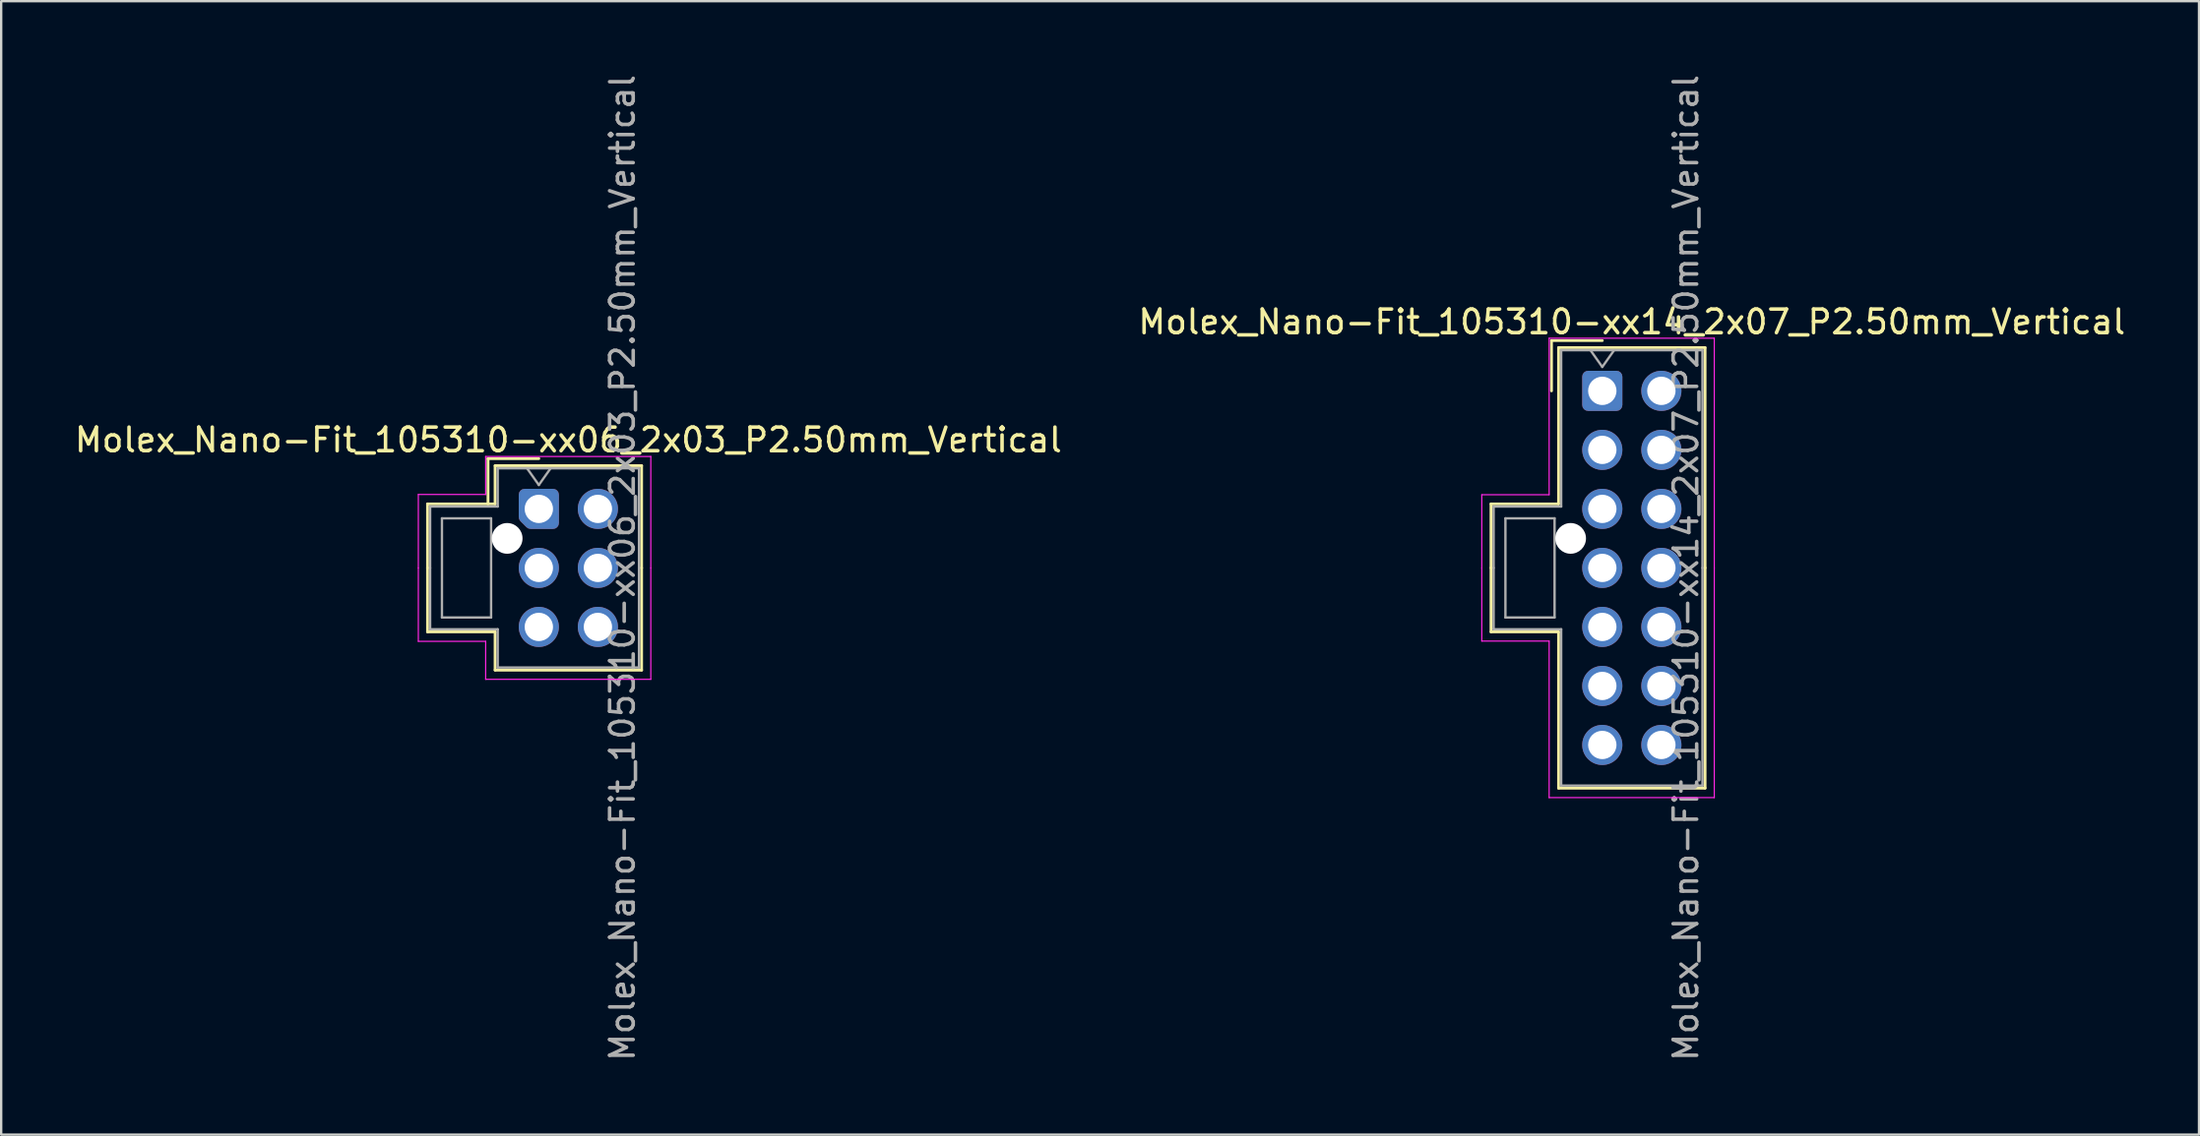
<source format=kicad_pcb>
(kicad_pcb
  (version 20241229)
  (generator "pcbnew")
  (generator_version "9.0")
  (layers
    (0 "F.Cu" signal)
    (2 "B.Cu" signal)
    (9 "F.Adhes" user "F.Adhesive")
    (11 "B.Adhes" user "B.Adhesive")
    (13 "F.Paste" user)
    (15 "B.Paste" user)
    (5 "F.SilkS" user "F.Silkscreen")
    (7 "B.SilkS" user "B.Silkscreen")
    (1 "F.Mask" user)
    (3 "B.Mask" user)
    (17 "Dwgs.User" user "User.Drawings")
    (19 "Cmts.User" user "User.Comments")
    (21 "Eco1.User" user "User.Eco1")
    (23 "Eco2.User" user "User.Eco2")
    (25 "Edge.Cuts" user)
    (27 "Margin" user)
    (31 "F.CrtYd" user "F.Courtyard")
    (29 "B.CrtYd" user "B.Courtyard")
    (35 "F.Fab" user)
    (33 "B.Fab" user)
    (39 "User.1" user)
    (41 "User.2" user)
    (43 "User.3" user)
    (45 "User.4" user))
  (footprint "Molex_Nano-Fit_105310-xx06_2x03_P2.50mm_Vertical"
    (layer "F.Cu")
    (at 19.756 18.506)
    (property "Reference" "Molex_Nano-Fit_105310-xx06_2x03_P2.50mm_Vertical" (at 1.25 -2.92 0) (layer "F.SilkS") (effects (font (size 1 1) (thickness 0.15))))
    (attr through_hole)
    (fp_line (start -4.71 -0.21) (end -4.71 2.5) (stroke (width 0.12) (type solid)) (layer "F.SilkS"))
    (fp_line (start -4.71 5.21) (end -4.71 2.5) (stroke (width 0.12) (type solid)) (layer "F.SilkS"))
    (fp_line (start -2.15 -2.13) (end -2.15 -0.21) (stroke (width 0.12) (type solid)) (layer "F.SilkS"))
    (fp_line (start -1.85 -1.83) (end -1.85 -0.21) (stroke (width 0.12) (type solid)) (layer "F.SilkS"))
    (fp_line (start -1.85 -0.21) (end -4.71 -0.21) (stroke (width 0.12) (type solid)) (layer "F.SilkS"))
    (fp_line (start -1.85 5.21) (end -4.71 5.21) (stroke (width 0.12) (type solid)) (layer "F.SilkS"))
    (fp_line (start -1.85 6.83) (end -1.85 5.21) (stroke (width 0.12) (type solid)) (layer "F.SilkS"))
    (fp_line (start 0 -2.13) (end -2.15 -2.13) (stroke (width 0.12) (type solid)) (layer "F.SilkS"))
    (fp_line (start 4.35 -1.83) (end -1.85 -1.83) (stroke (width 0.12) (type solid)) (layer "F.SilkS"))
    (fp_line (start 4.35 2.5) (end 4.35 -1.83) (stroke (width 0.12) (type solid)) (layer "F.SilkS"))
    (fp_line (start 4.35 2.5) (end 4.35 6.83) (stroke (width 0.12) (type solid)) (layer "F.SilkS"))
    (fp_line (start 4.35 6.83) (end -1.85 6.83) (stroke (width 0.12) (type solid)) (layer "F.SilkS"))
    (fp_line (start -5.1 -0.61) (end -5.1 2.5) (stroke (width 0.05) (type solid)) (layer "F.CrtYd"))
    (fp_line (start -5.1 5.61) (end -5.1 2.5) (stroke (width 0.05) (type solid)) (layer "F.CrtYd"))
    (fp_line (start -2.25 -2.22) (end -2.25 -0.61) (stroke (width 0.05) (type solid)) (layer "F.CrtYd"))
    (fp_line (start -2.25 -0.61) (end -5.1 -0.61) (stroke (width 0.05) (type solid)) (layer "F.CrtYd"))
    (fp_line (start -2.25 5.61) (end -5.1 5.61) (stroke (width 0.05) (type solid)) (layer "F.CrtYd"))
    (fp_line (start -2.25 7.22) (end -2.25 5.61) (stroke (width 0.05) (type solid)) (layer "F.CrtYd"))
    (fp_line (start 4.74 -2.22) (end -2.25 -2.22) (stroke (width 0.05) (type solid)) (layer "F.CrtYd"))
    (fp_line (start 4.74 2.5) (end 4.74 -2.22) (stroke (width 0.05) (type solid)) (layer "F.CrtYd"))
    (fp_line (start 4.74 2.5) (end 4.74 7.22) (stroke (width 0.05) (type solid)) (layer "F.CrtYd"))
    (fp_line (start 4.74 7.22) (end -2.25 7.22) (stroke (width 0.05) (type solid)) (layer "F.CrtYd"))
    (fp_line (start -4.6 -0.1) (end -4.6 2.5) (stroke (width 0.1) (type solid)) (layer "F.Fab"))
    (fp_line (start -4.6 5.1) (end -4.6 2.5) (stroke (width 0.1) (type solid)) (layer "F.Fab"))
    (fp_line (start -4.1 0.4) (end -4.1 4.6) (stroke (width 0.1) (type solid)) (layer "F.Fab"))
    (fp_line (start -4.1 4.6) (end -2.02 4.6) (stroke (width 0.1) (type solid)) (layer "F.Fab"))
    (fp_line (start -2.02 0.4) (end -4.1 0.4) (stroke (width 0.1) (type solid)) (layer "F.Fab"))
    (fp_line (start -2.02 4.6) (end -2.02 0.4) (stroke (width 0.1) (type solid)) (layer "F.Fab"))
    (fp_line (start -1.74 -1.72) (end -1.74 -0.1) (stroke (width 0.1) (type solid)) (layer "F.Fab"))
    (fp_line (start -1.74 -0.1) (end -4.6 -0.1) (stroke (width 0.1) (type solid)) (layer "F.Fab"))
    (fp_line (start -1.74 5.1) (end -4.6 5.1) (stroke (width 0.1) (type solid)) (layer "F.Fab"))
    (fp_line (start -1.74 6.72) (end -1.74 5.1) (stroke (width 0.1) (type solid)) (layer "F.Fab"))
    (fp_line (start -0.5 -1.72) (end 0 -1.013) (stroke (width 0.1) (type solid)) (layer "F.Fab"))
    (fp_line (start 0 -1.013) (end 0.5 -1.72) (stroke (width 0.1) (type solid)) (layer "F.Fab"))
    (fp_line (start 4.24 -1.72) (end -1.74 -1.72) (stroke (width 0.1) (type solid)) (layer "F.Fab"))
    (fp_line (start 4.24 2.5) (end 4.24 -1.72) (stroke (width 0.1) (type solid)) (layer "F.Fab"))
    (fp_line (start 4.24 2.5) (end 4.24 6.72) (stroke (width 0.1) (type solid)) (layer "F.Fab"))
    (fp_line (start 4.24 6.72) (end -1.74 6.72) (stroke (width 0.1) (type solid)) (layer "F.Fab"))
    (fp_text user "${REFERENCE}" (at 3.54 2.5 90) (layer "F.Fab") (effects (font (size 1 1) (thickness 0.15))))
    (pad "" np_thru_hole circle (at -1.34 1.25) (size 1.3 1.3) (drill 1.3) (layers "*.Cu" "*.Mask"))
    (pad "1" thru_hole custom (at 0 0) (size 1.417 1.417) (drill 1.2) (layers "*.Cu" "*.Mask") (options (anchor circle)) (primitives (gr_poly (pts (xy -0.6 -0.6) (xy 0.6 -0.6) (xy 0.6 0.6) (xy -0.346 0.6) (xy -0.6 0.346)) (width 0.5) (fill yes))))
    (pad "2" thru_hole circle (at 0 2.5) (size 1.7 1.7) (drill 1.2) (layers "*.Cu" "*.Mask"))
    (pad "3" thru_hole circle (at 0 5) (size 1.7 1.7) (drill 1.2) (layers "*.Cu" "*.Mask"))
    (pad "4" thru_hole circle (at 2.5 0) (size 1.7 1.7) (drill 1.2) (layers "*.Cu" "*.Mask"))
    (pad "5" thru_hole circle (at 2.5 2.5) (size 1.7 1.7) (drill 1.2) (layers "*.Cu" "*.Mask"))
    (pad "6" thru_hole circle (at 2.5 5) (size 1.7 1.7) (drill 1.2) (layers "*.Cu" "*.Mask")))
  (footprint "Molex_Nano-Fit_105310-xx14_2x07_P2.50mm_Vertical"
    (layer "F.Cu")
    (at 64.768 13.506)
    (property "Reference" "Molex_Nano-Fit_105310-xx14_2x07_P2.50mm_Vertical" (at 1.25 -2.92 0) (layer "F.SilkS") (effects (font (size 1 1) (thickness 0.15))))
    (attr through_hole)
    (fp_line (start -4.71 4.79) (end -4.71 7.5) (stroke (width 0.12) (type solid)) (layer "F.SilkS"))
    (fp_line (start -4.71 10.21) (end -4.71 7.5) (stroke (width 0.12) (type solid)) (layer "F.SilkS"))
    (fp_line (start -2.15 -2.13) (end -2.15 0) (stroke (width 0.12) (type solid)) (layer "F.SilkS"))
    (fp_line (start -1.85 -1.83) (end -1.85 4.79) (stroke (width 0.12) (type solid)) (layer "F.SilkS"))
    (fp_line (start -1.85 4.79) (end -4.71 4.79) (stroke (width 0.12) (type solid)) (layer "F.SilkS"))
    (fp_line (start -1.85 10.21) (end -4.71 10.21) (stroke (width 0.12) (type solid)) (layer "F.SilkS"))
    (fp_line (start -1.85 16.83) (end -1.85 10.21) (stroke (width 0.12) (type solid)) (layer "F.SilkS"))
    (fp_line (start 0 -2.13) (end -2.15 -2.13) (stroke (width 0.12) (type solid)) (layer "F.SilkS"))
    (fp_line (start 4.35 -1.83) (end -1.85 -1.83) (stroke (width 0.12) (type solid)) (layer "F.SilkS"))
    (fp_line (start 4.35 7.5) (end 4.35 -1.83) (stroke (width 0.12) (type solid)) (layer "F.SilkS"))
    (fp_line (start 4.35 7.5) (end 4.35 16.83) (stroke (width 0.12) (type solid)) (layer "F.SilkS"))
    (fp_line (start 4.35 16.83) (end -1.85 16.83) (stroke (width 0.12) (type solid)) (layer "F.SilkS"))
    (fp_line (start -5.1 4.4) (end -5.1 7.5) (stroke (width 0.05) (type solid)) (layer "F.CrtYd"))
    (fp_line (start -5.1 10.6) (end -5.1 7.5) (stroke (width 0.05) (type solid)) (layer "F.CrtYd"))
    (fp_line (start -2.25 -2.23) (end -2.25 4.4) (stroke (width 0.05) (type solid)) (layer "F.CrtYd"))
    (fp_line (start -2.25 4.4) (end -5.1 4.4) (stroke (width 0.05) (type solid)) (layer "F.CrtYd"))
    (fp_line (start -2.25 10.6) (end -5.1 10.6) (stroke (width 0.05) (type solid)) (layer "F.CrtYd"))
    (fp_line (start -2.25 17.23) (end -2.25 10.6) (stroke (width 0.05) (type solid)) (layer "F.CrtYd"))
    (fp_line (start 4.74 -2.23) (end -2.25 -2.23) (stroke (width 0.05) (type solid)) (layer "F.CrtYd"))
    (fp_line (start 4.74 7.5) (end 4.74 -2.23) (stroke (width 0.05) (type solid)) (layer "F.CrtYd"))
    (fp_line (start 4.74 7.5) (end 4.74 17.23) (stroke (width 0.05) (type solid)) (layer "F.CrtYd"))
    (fp_line (start 4.74 17.23) (end -2.25 17.23) (stroke (width 0.05) (type solid)) (layer "F.CrtYd"))
    (fp_line (start -4.6 4.9) (end -4.6 7.5) (stroke (width 0.1) (type solid)) (layer "F.Fab"))
    (fp_line (start -4.6 10.1) (end -4.6 7.5) (stroke (width 0.1) (type solid)) (layer "F.Fab"))
    (fp_line (start -4.1 5.4) (end -4.1 9.6) (stroke (width 0.1) (type solid)) (layer "F.Fab"))
    (fp_line (start -4.1 9.6) (end -2.02 9.6) (stroke (width 0.1) (type solid)) (layer "F.Fab"))
    (fp_line (start -2.02 5.4) (end -4.1 5.4) (stroke (width 0.1) (type solid)) (layer "F.Fab"))
    (fp_line (start -2.02 9.6) (end -2.02 5.4) (stroke (width 0.1) (type solid)) (layer "F.Fab"))
    (fp_line (start -1.74 -1.72) (end -1.74 4.9) (stroke (width 0.1) (type solid)) (layer "F.Fab"))
    (fp_line (start -1.74 4.9) (end -4.6 4.9) (stroke (width 0.1) (type solid)) (layer "F.Fab"))
    (fp_line (start -1.74 10.1) (end -4.6 10.1) (stroke (width 0.1) (type solid)) (layer "F.Fab"))
    (fp_line (start -1.74 16.72) (end -1.74 10.1) (stroke (width 0.1) (type solid)) (layer "F.Fab"))
    (fp_line (start -0.5 -1.72) (end 0 -1.013) (stroke (width 0.1) (type solid)) (layer "F.Fab"))
    (fp_line (start 0 -1.013) (end 0.5 -1.72) (stroke (width 0.1) (type solid)) (layer "F.Fab"))
    (fp_line (start 4.24 -1.72) (end -1.74 -1.72) (stroke (width 0.1) (type solid)) (layer "F.Fab"))
    (fp_line (start 4.24 7.5) (end 4.24 -1.72) (stroke (width 0.1) (type solid)) (layer "F.Fab"))
    (fp_line (start 4.24 7.5) (end 4.24 16.72) (stroke (width 0.1) (type solid)) (layer "F.Fab"))
    (fp_line (start 4.24 16.72) (end -1.74 16.72) (stroke (width 0.1) (type solid)) (layer "F.Fab"))
    (fp_text user "${REFERENCE}" (at 3.54 7.5 90) (layer "F.Fab") (effects (font (size 1 1) (thickness 0.15))))
    (pad "" np_thru_hole circle (at -1.34 6.25) (size 1.3 1.3) (drill 1.3) (layers "*.Cu" "*.Mask"))
    (pad "1" thru_hole roundrect (at 0 0) (size 1.7 1.7) (drill 1.2) (layers "*.Cu" "*.Mask") (roundrect_rratio 0.147))
    (pad "2" thru_hole circle (at 0 2.5) (size 1.7 1.7) (drill 1.2) (layers "*.Cu" "*.Mask"))
    (pad "3" thru_hole circle (at 0 5) (size 1.7 1.7) (drill 1.2) (layers "*.Cu" "*.Mask"))
    (pad "4" thru_hole circle (at 0 7.5) (size 1.7 1.7) (drill 1.2) (layers "*.Cu" "*.Mask"))
    (pad "5" thru_hole circle (at 0 10) (size 1.7 1.7) (drill 1.2) (layers "*.Cu" "*.Mask"))
    (pad "6" thru_hole circle (at 0 12.5) (size 1.7 1.7) (drill 1.2) (layers "*.Cu" "*.Mask"))
    (pad "7" thru_hole circle (at 0 15) (size 1.7 1.7) (drill 1.2) (layers "*.Cu" "*.Mask"))
    (pad "8" thru_hole circle (at 2.5 0) (size 1.7 1.7) (drill 1.2) (layers "*.Cu" "*.Mask"))
    (pad "9" thru_hole circle (at 2.5 2.5) (size 1.7 1.7) (drill 1.2) (layers "*.Cu" "*.Mask"))
    (pad "10" thru_hole circle (at 2.5 5) (size 1.7 1.7) (drill 1.2) (layers "*.Cu" "*.Mask"))
    (pad "11" thru_hole circle (at 2.5 7.5) (size 1.7 1.7) (drill 1.2) (layers "*.Cu" "*.Mask"))
    (pad "12" thru_hole circle (at 2.5 10) (size 1.7 1.7) (drill 1.2) (layers "*.Cu" "*.Mask"))
    (pad "13" thru_hole circle (at 2.5 12.5) (size 1.7 1.7) (drill 1.2) (layers "*.Cu" "*.Mask"))
    (pad "14" thru_hole circle (at 2.5 15) (size 1.7 1.7) (drill 1.2) (layers "*.Cu" "*.Mask")))
  (gr_rect
    (start -3 -3)
    (end 90.024 45.012)
    (stroke (width 0.1) (type default))
    (fill no)
    (layer "Edge.Cuts")))
</source>
